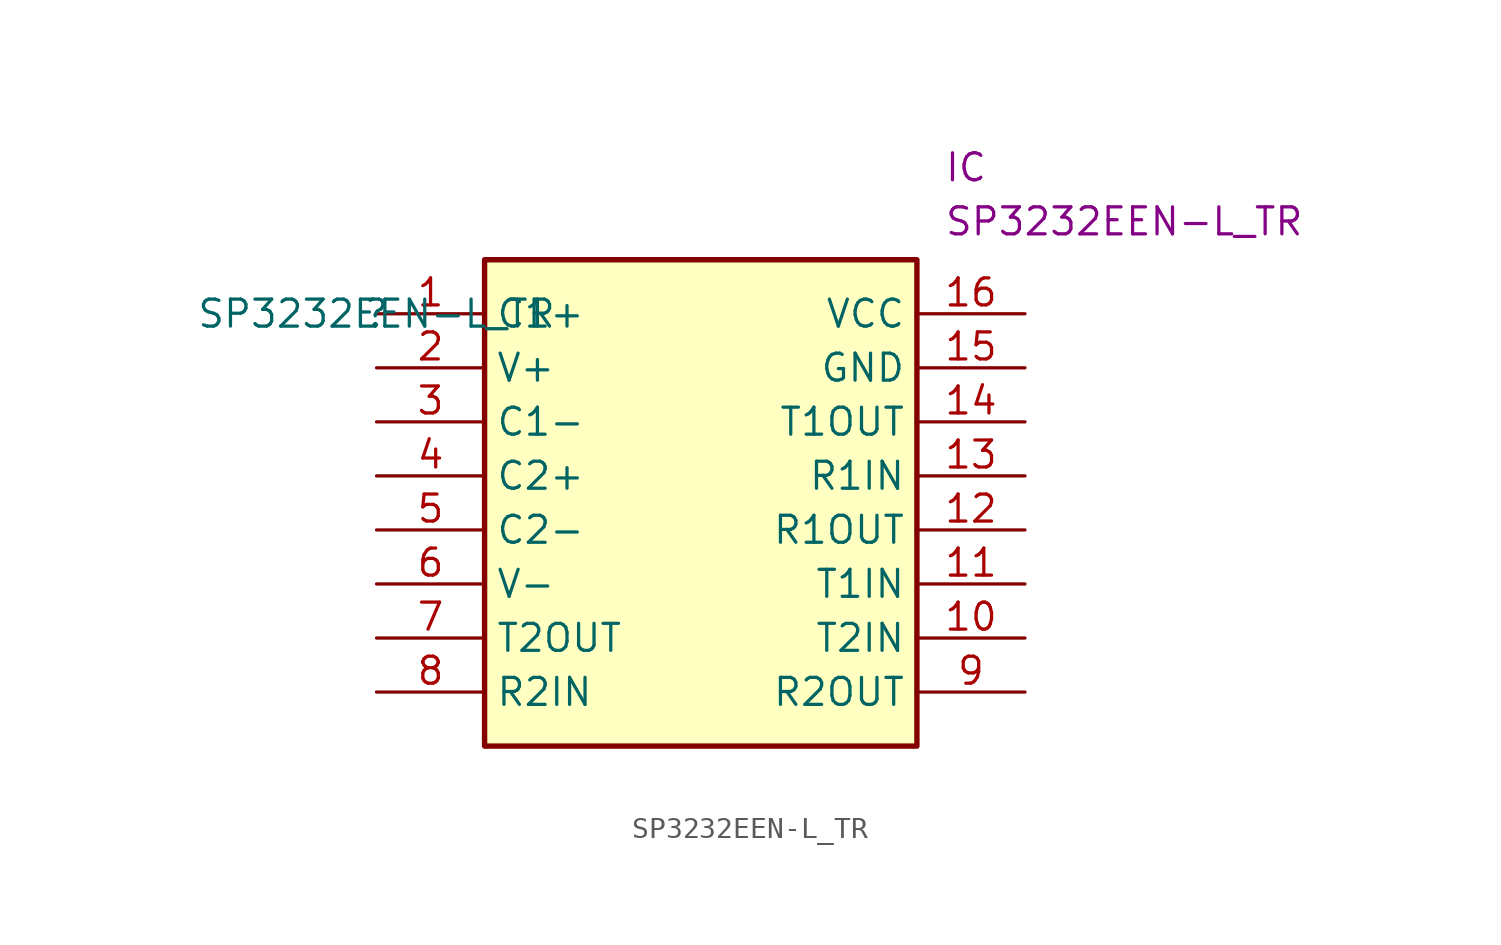
<source format=kicad_sym>
(kicad_symbol_lib
  (version 20211014)
  (generator kicad_symbol_editor)
  (symbol "SP3232EEN-L_TR"
    (property "Reference" ""
      (at 0 0 0)
      (effects (font (size 1.27 1.27))))
    (property "Value" "SP3232EEN-L_TR"
      (at 0 0 0)
      (effects (font (size 1.27 1.27))))
    (property "Reference_1" "IC"
      (at 26.67 7.62 0)
      (effects (font (size 1.27 1.27)) (justify left top)))
    (property "Value_1" "SP3232EEN-L_TR"
      (at 26.67 5.08 0)
      (effects (font (size 1.27 1.27)) (justify left top)))
    (symbol "SP3232EEN-L_TR_1_1"
      (rectangle (start 5.08 2.54) (end 25.4 -20.32) (stroke (width 0.254) (type default) (color 0 0 0 0)) (fill (type background)))
      (pin passive line (at 0 0 0) (length 5.08) (name "C1+" (effects (font (size 1.27 1.27)))) (number "1" (effects (font (size 1.27 1.27)))))
      (pin passive line (at 30.48 -15.24 180) (length 5.08) (name "T2IN" (effects (font (size 1.27 1.27)))) (number "10" (effects (font (size 1.27 1.27)))))
      (pin passive line (at 30.48 -12.7 180) (length 5.08) (name "T1IN" (effects (font (size 1.27 1.27)))) (number "11" (effects (font (size 1.27 1.27)))))
      (pin passive line (at 30.48 -10.16 180) (length 5.08) (name "R1OUT" (effects (font (size 1.27 1.27)))) (number "12" (effects (font (size 1.27 1.27)))))
      (pin passive line (at 30.48 -7.62 180) (length 5.08) (name "R1IN" (effects (font (size 1.27 1.27)))) (number "13" (effects (font (size 1.27 1.27)))))
      (pin passive line (at 30.48 -5.08 180) (length 5.08) (name "T1OUT" (effects (font (size 1.27 1.27)))) (number "14" (effects (font (size 1.27 1.27)))))
      (pin passive line (at 30.48 -2.54 180) (length 5.08) (name "GND" (effects (font (size 1.27 1.27)))) (number "15" (effects (font (size 1.27 1.27)))))
      (pin passive line (at 30.48 0 180) (length 5.08) (name "VCC" (effects (font (size 1.27 1.27)))) (number "16" (effects (font (size 1.27 1.27)))))
      (pin passive line (at 0 -2.54 0) (length 5.08) (name "V+" (effects (font (size 1.27 1.27)))) (number "2" (effects (font (size 1.27 1.27)))))
      (pin passive line (at 0 -5.08 0) (length 5.08) (name "C1-" (effects (font (size 1.27 1.27)))) (number "3" (effects (font (size 1.27 1.27)))))
      (pin passive line (at 0 -7.62 0) (length 5.08) (name "C2+" (effects (font (size 1.27 1.27)))) (number "4" (effects (font (size 1.27 1.27)))))
      (pin passive line (at 0 -10.16 0) (length 5.08) (name "C2-" (effects (font (size 1.27 1.27)))) (number "5" (effects (font (size 1.27 1.27)))))
      (pin passive line (at 0 -12.7 0) (length 5.08) (name "V-" (effects (font (size 1.27 1.27)))) (number "6" (effects (font (size 1.27 1.27)))))
      (pin passive line (at 0 -15.24 0) (length 5.08) (name "T2OUT" (effects (font (size 1.27 1.27)))) (number "7" (effects (font (size 1.27 1.27)))))
      (pin passive line (at 0 -17.78 0) (length 5.08) (name "R2IN" (effects (font (size 1.27 1.27)))) (number "8" (effects (font (size 1.27 1.27)))))
      (pin passive line (at 30.48 -17.78 180) (length 5.08) (name "R2OUT" (effects (font (size 1.27 1.27)))) (number "9" (effects (font (size 1.27 1.27))))))))
</source>
